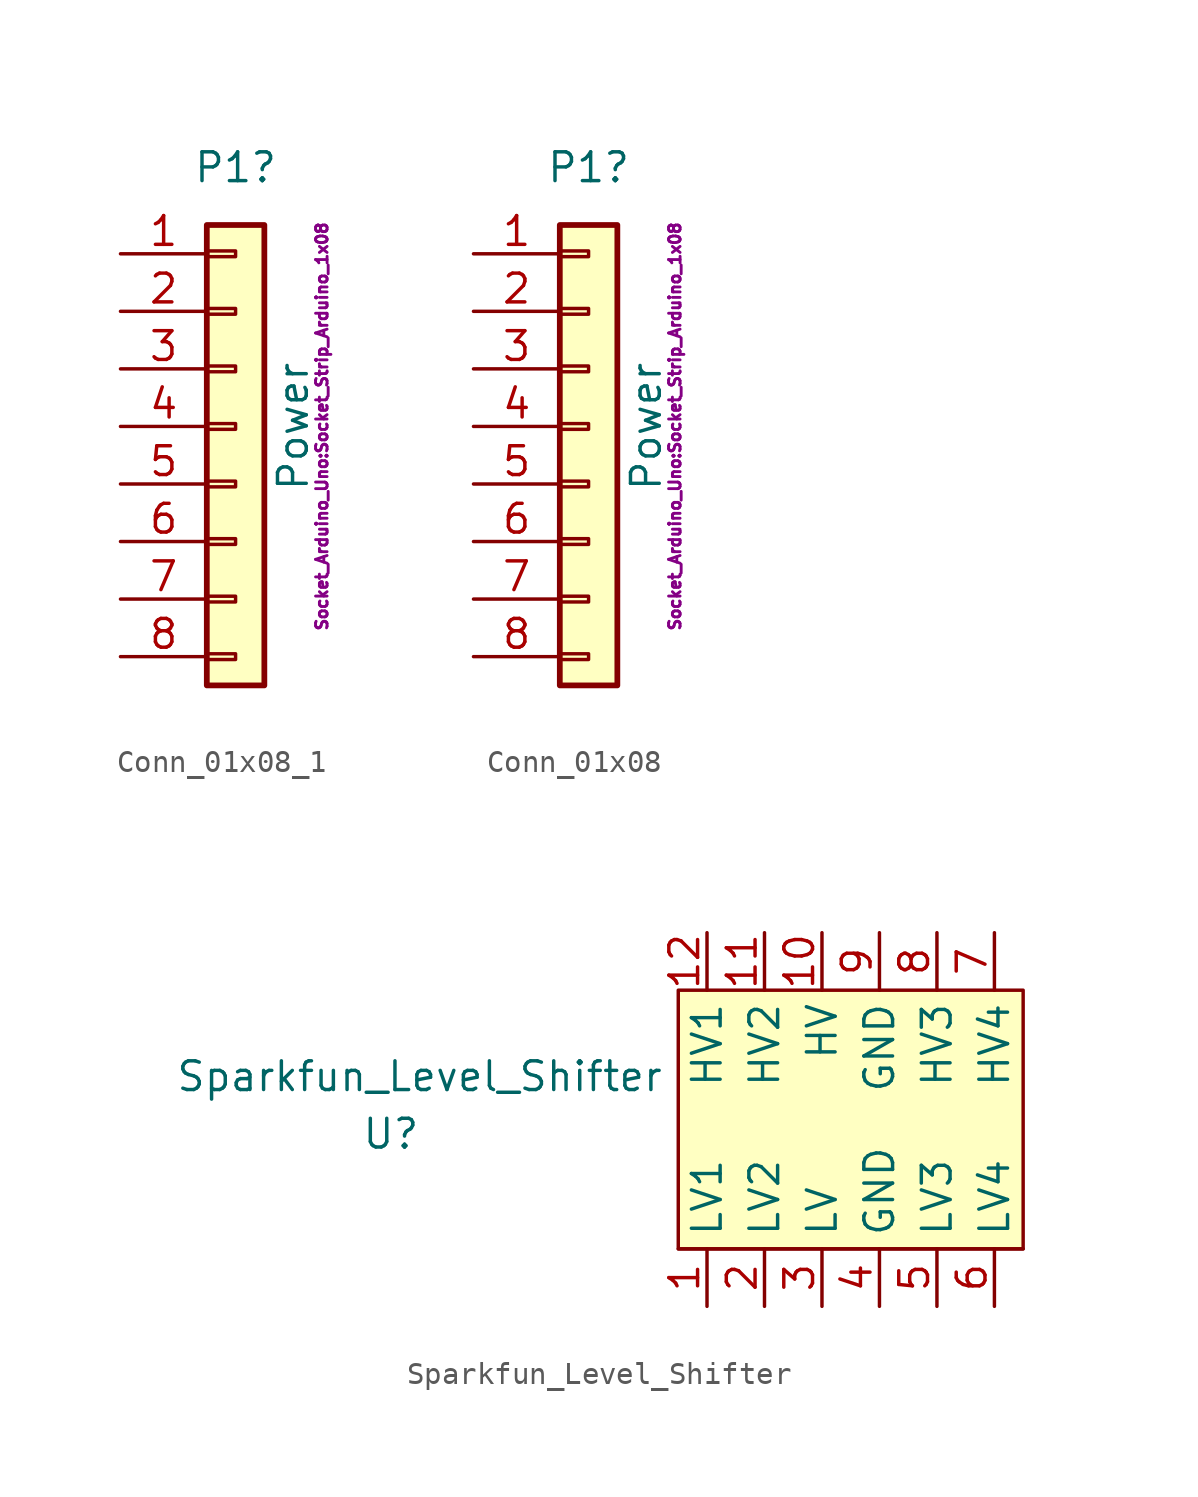
<source format=kicad_sym>
(kicad_symbol_lib
  (version 20211014)
  (generator kicad_symbol_editor)
  (symbol "Conn_01x08_1"
    (pin_names
      (offset 1.016) hide)
    (property "Reference" "P1"
      (at 0 11.43 0)
      (effects (font (size 1.27 1.27))))
    (property "Value" "Power"
      (at 2.54 0 90)
      (effects (font (size 1.27 1.27))))
    (property "Footprint" "Socket_Arduino_Uno:Socket_Strip_Arduino_1x08"
      (at 3.81 0 90)
      (effects (font (size 0.508 0.508))))
    (property "Datasheet" ""
      (at 0 0 0)
      (effects (font (size 1.27 1.27))))
    (symbol "Conn_01x08_1_1_1"
      (rectangle (start -1.27 -10.033) (end 0 -10.287) (stroke (width 0.152) (type default) (color 0 0 0 0)) (fill (type none)))
      (rectangle (start -1.27 -7.493) (end 0 -7.747) (stroke (width 0.152) (type default) (color 0 0 0 0)) (fill (type none)))
      (rectangle (start -1.27 -4.953) (end 0 -5.207) (stroke (width 0.152) (type default) (color 0 0 0 0)) (fill (type none)))
      (rectangle (start -1.27 -2.413) (end 0 -2.667) (stroke (width 0.152) (type default) (color 0 0 0 0)) (fill (type none)))
      (rectangle (start -1.27 0.127) (end 0 -0.127) (stroke (width 0.152) (type default) (color 0 0 0 0)) (fill (type none)))
      (rectangle (start -1.27 2.667) (end 0 2.413) (stroke (width 0.152) (type default) (color 0 0 0 0)) (fill (type none)))
      (rectangle (start -1.27 5.207) (end 0 4.953) (stroke (width 0.152) (type default) (color 0 0 0 0)) (fill (type none)))
      (rectangle (start -1.27 7.747) (end 0 7.493) (stroke (width 0.152) (type default) (color 0 0 0 0)) (fill (type none)))
      (rectangle (start -1.27 8.89) (end 1.27 -11.43) (stroke (width 0.254) (type default) (color 0 0 0 0)) (fill (type background)))
      (pin passive line (at -5.08 7.62 0) (length 3.81) (name "Pin_1" (effects (font (size 1.27 1.27)))) (number "1" (effects (font (size 1.27 1.27)))))
      (pin passive line (at -5.08 5.08 0) (length 3.81) (name "Pin_2" (effects (font (size 1.27 1.27)))) (number "2" (effects (font (size 1.27 1.27)))))
      (pin passive line (at -5.08 2.54 0) (length 3.81) (name "Pin_3" (effects (font (size 1.27 1.27)))) (number "3" (effects (font (size 1.27 1.27)))))
      (pin passive line (at -5.08 0 0) (length 3.81) (name "Pin_4" (effects (font (size 1.27 1.27)))) (number "4" (effects (font (size 1.27 1.27)))))
      (pin passive line (at -5.08 -2.54 0) (length 3.81) (name "Pin_5" (effects (font (size 1.27 1.27)))) (number "5" (effects (font (size 1.27 1.27)))))
      (pin passive line (at -5.08 -5.08 0) (length 3.81) (name "Pin_6" (effects (font (size 1.27 1.27)))) (number "6" (effects (font (size 1.27 1.27)))))
      (pin passive line (at -5.08 -7.62 0) (length 3.81) (name "Pin_7" (effects (font (size 1.27 1.27)))) (number "7" (effects (font (size 1.27 1.27)))))
      (pin passive line (at -5.08 -10.16 0) (length 3.81) (name "Pin_8" (effects (font (size 1.27 1.27)))) (number "8" (effects (font (size 1.27 1.27)))))))
  (symbol "Conn_01x08"
    (pin_names
      (offset 1.016) hide)
    (property "Reference" "P1"
      (at 0 11.43 0)
      (effects (font (size 1.27 1.27))))
    (property "Value" "Power"
      (at 2.54 0 90)
      (effects (font (size 1.27 1.27))))
    (property "Footprint" "Socket_Arduino_Uno:Socket_Strip_Arduino_1x08"
      (at 3.81 0 90)
      (effects (font (size 0.508 0.508))))
    (property "Datasheet" ""
      (at 0 0 0)
      (effects (font (size 1.27 1.27))))
    (symbol "Conn_01x08_1_1"
      (rectangle (start -1.27 -10.033) (end 0 -10.287) (stroke (width 0.152) (type default) (color 0 0 0 0)) (fill (type none)))
      (rectangle (start -1.27 -7.493) (end 0 -7.747) (stroke (width 0.152) (type default) (color 0 0 0 0)) (fill (type none)))
      (rectangle (start -1.27 -4.953) (end 0 -5.207) (stroke (width 0.152) (type default) (color 0 0 0 0)) (fill (type none)))
      (rectangle (start -1.27 -2.413) (end 0 -2.667) (stroke (width 0.152) (type default) (color 0 0 0 0)) (fill (type none)))
      (rectangle (start -1.27 0.127) (end 0 -0.127) (stroke (width 0.152) (type default) (color 0 0 0 0)) (fill (type none)))
      (rectangle (start -1.27 2.667) (end 0 2.413) (stroke (width 0.152) (type default) (color 0 0 0 0)) (fill (type none)))
      (rectangle (start -1.27 5.207) (end 0 4.953) (stroke (width 0.152) (type default) (color 0 0 0 0)) (fill (type none)))
      (rectangle (start -1.27 7.747) (end 0 7.493) (stroke (width 0.152) (type default) (color 0 0 0 0)) (fill (type none)))
      (rectangle (start -1.27 8.89) (end 1.27 -11.43) (stroke (width 0.254) (type default) (color 0 0 0 0)) (fill (type background)))
      (pin passive line (at -5.08 7.62 0) (length 3.81) (name "Pin_1" (effects (font (size 1.27 1.27)))) (number "1" (effects (font (size 1.27 1.27)))))
      (pin passive line (at -5.08 5.08 0) (length 3.81) (name "Pin_2" (effects (font (size 1.27 1.27)))) (number "2" (effects (font (size 1.27 1.27)))))
      (pin passive line (at -5.08 2.54 0) (length 3.81) (name "Pin_3" (effects (font (size 1.27 1.27)))) (number "3" (effects (font (size 1.27 1.27)))))
      (pin power_out line (at -5.08 0 0) (length 3.81) (name "Pin_4" (effects (font (size 1.27 1.27)))) (number "4" (effects (font (size 1.27 1.27)))))
      (pin power_out line (at -5.08 -2.54 0) (length 3.81) (name "Pin_5" (effects (font (size 1.27 1.27)))) (number "5" (effects (font (size 1.27 1.27)))))
      (pin passive line (at -5.08 -5.08 0) (length 3.81) (name "Pin_6" (effects (font (size 1.27 1.27)))) (number "6" (effects (font (size 1.27 1.27)))))
      (pin passive line (at -5.08 -7.62 0) (length 3.81) (name "Pin_7" (effects (font (size 1.27 1.27)))) (number "7" (effects (font (size 1.27 1.27)))))
      (pin passive line (at -5.08 -10.16 0) (length 3.81) (name "Pin_8" (effects (font (size 1.27 1.27)))) (number "8" (effects (font (size 1.27 1.27)))))))
  (symbol "Sparkfun_Level_Shifter"
    (property "Reference" "U"
      (at -20.32 -13.97 0)
      (effects (font (size 1.27 1.27))))
    (property "Value" "Sparkfun_Level_Shifter"
      (at -19.05 -11.43 0)
      (effects (font (size 1.27 1.27))))
    (symbol "Sparkfun_Level_Shifter_0_1"
      (rectangle (start -7.62 -19.05) (end 7.62 -19.05) (stroke (width 0) (type default) (color 0 0 0 0)) (fill (type none)))
      (rectangle (start 7.62 -19.05) (end -7.62 -7.62) (stroke (width 0) (type default) (color 0 0 0 0)) (fill (type background))))
    (symbol "Sparkfun_Level_Shifter_1_1"
      (pin bidirectional line (at -6.35 -21.59 90) (length 2.54) (name "LV1" (effects (font (size 1.27 1.27)))) (number "1" (effects (font (size 1.27 1.27)))))
      (pin power_in line (at -1.27 -5.08 270) (length 2.54) (name "HV" (effects (font (size 1.27 1.27)))) (number "10" (effects (font (size 1.27 1.27)))))
      (pin bidirectional line (at -3.81 -5.08 270) (length 2.54) (name "HV2" (effects (font (size 1.27 1.27)))) (number "11" (effects (font (size 1.27 1.27)))))
      (pin bidirectional line (at -6.35 -5.08 270) (length 2.54) (name "HV1" (effects (font (size 1.27 1.27)))) (number "12" (effects (font (size 1.27 1.27)))))
      (pin bidirectional line (at -3.81 -21.59 90) (length 2.54) (name "LV2" (effects (font (size 1.27 1.27)))) (number "2" (effects (font (size 1.27 1.27)))))
      (pin power_in line (at -1.27 -21.59 90) (length 2.54) (name "LV" (effects (font (size 1.27 1.27)))) (number "3" (effects (font (size 1.27 1.27)))))
      (pin power_in line (at 1.27 -21.59 90) (length 2.54) (name "GND" (effects (font (size 1.27 1.27)))) (number "4" (effects (font (size 1.27 1.27)))))
      (pin bidirectional line (at 3.81 -21.59 90) (length 2.54) (name "LV3" (effects (font (size 1.27 1.27)))) (number "5" (effects (font (size 1.27 1.27)))))
      (pin bidirectional line (at 6.35 -21.59 90) (length 2.54) (name "LV4" (effects (font (size 1.27 1.27)))) (number "6" (effects (font (size 1.27 1.27)))))
      (pin bidirectional line (at 6.35 -5.08 270) (length 2.54) (name "HV4" (effects (font (size 1.27 1.27)))) (number "7" (effects (font (size 1.27 1.27)))))
      (pin bidirectional line (at 3.81 -5.08 270) (length 2.54) (name "HV3" (effects (font (size 1.27 1.27)))) (number "8" (effects (font (size 1.27 1.27)))))
      (pin power_in line (at 1.27 -5.08 270) (length 2.54) (name "GND" (effects (font (size 1.27 1.27)))) (number "9" (effects (font (size 1.27 1.27))))))))
</source>
